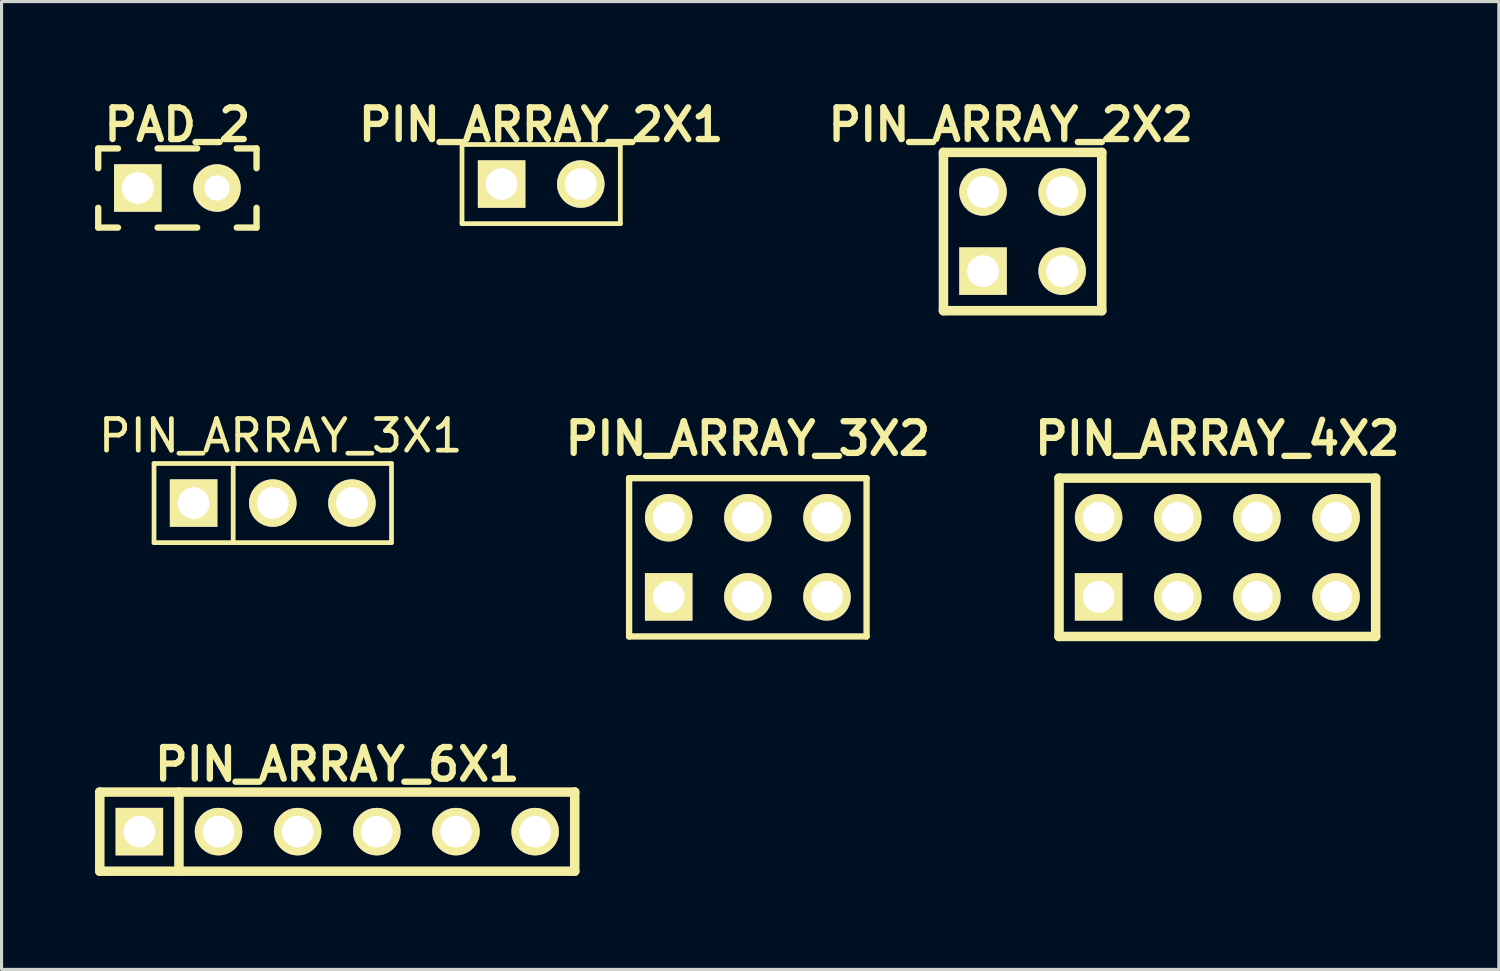
<source format=kicad_pcb>
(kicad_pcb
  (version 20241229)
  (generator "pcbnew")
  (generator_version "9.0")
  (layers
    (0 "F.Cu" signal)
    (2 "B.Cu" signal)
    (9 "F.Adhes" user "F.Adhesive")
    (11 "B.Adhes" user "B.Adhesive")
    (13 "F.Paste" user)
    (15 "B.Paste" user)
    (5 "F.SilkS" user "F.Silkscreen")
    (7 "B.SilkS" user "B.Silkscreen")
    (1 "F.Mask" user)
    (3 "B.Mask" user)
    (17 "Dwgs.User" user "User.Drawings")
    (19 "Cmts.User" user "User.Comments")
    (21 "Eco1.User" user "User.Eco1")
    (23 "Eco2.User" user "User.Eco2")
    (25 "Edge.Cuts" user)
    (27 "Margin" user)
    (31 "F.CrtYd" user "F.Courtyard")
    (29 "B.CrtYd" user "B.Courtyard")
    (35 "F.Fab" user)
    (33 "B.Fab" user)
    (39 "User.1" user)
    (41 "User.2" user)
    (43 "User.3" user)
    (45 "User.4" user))
  (footprint "PIN_ARRAY_3X1"
    (layer "F.Cu")
    (at 5.703 13.093)
    (property "Reference" "PIN_ARRAY_3X1" (at 0.254 -2.159 0) (layer "F.SilkS") (effects (font (size 1.016 1.016) (thickness 0.152))))
    (attr through_hole)
    (fp_line (start -3.81 -1.27) (end 3.81 -1.27) (stroke (width 0.152) (type solid)) (layer "F.SilkS"))
    (fp_line (start -3.81 1.27) (end -3.81 -1.27) (stroke (width 0.152) (type solid)) (layer "F.SilkS"))
    (fp_line (start -1.27 -1.27) (end -1.27 1.27) (stroke (width 0.152) (type solid)) (layer "F.SilkS"))
    (fp_line (start 3.81 -1.27) (end 3.81 1.27) (stroke (width 0.152) (type solid)) (layer "F.SilkS"))
    (fp_line (start 3.81 1.27) (end -3.81 1.27) (stroke (width 0.152) (type solid)) (layer "F.SilkS"))
    (pad "1" thru_hole rect (at -2.54 0) (size 1.524 1.524) (drill 1.016) (layers "*.Cu" "*.Mask" "F.SilkS"))
    (pad "2" thru_hole circle (at 0 0) (size 1.524 1.524) (drill 1.016) (layers "*.Cu" "*.Mask" "F.SilkS"))
    (pad "3" thru_hole circle (at 2.54 0) (size 1.524 1.524) (drill 1.016) (layers "*.Cu" "*.Mask" "F.SilkS")))
  (footprint "PIN_ARRAY_4X2"
    (layer "F.Cu")
    (at 36.013 14.833)
    (property "Reference" "PIN_ARRAY_4X2" (at 0 -3.81 0) (layer "F.SilkS") (effects (font (size 1.016 1.016) (thickness 0.203))))
    (attr through_hole)
    (fp_line (start -5.08 -2.54) (end 5.08 -2.54) (stroke (width 0.305) (type solid)) (layer "F.SilkS"))
    (fp_line (start -5.08 2.54) (end -5.08 -2.54) (stroke (width 0.305) (type solid)) (layer "F.SilkS"))
    (fp_line (start 5.08 -2.54) (end 5.08 2.54) (stroke (width 0.305) (type solid)) (layer "F.SilkS"))
    (fp_line (start 5.08 2.54) (end -5.08 2.54) (stroke (width 0.305) (type solid)) (layer "F.SilkS"))
    (pad "1" thru_hole rect (at -3.81 1.27) (size 1.524 1.524) (drill 1.016) (layers "*.Cu" "*.Mask" "F.SilkS"))
    (pad "2" thru_hole circle (at -3.81 -1.27) (size 1.524 1.524) (drill 1.016) (layers "*.Cu" "*.Mask" "F.SilkS"))
    (pad "3" thru_hole circle (at -1.27 1.27) (size 1.524 1.524) (drill 1.016) (layers "*.Cu" "*.Mask" "F.SilkS"))
    (pad "4" thru_hole circle (at -1.27 -1.27) (size 1.524 1.524) (drill 1.016) (layers "*.Cu" "*.Mask" "F.SilkS"))
    (pad "5" thru_hole circle (at 1.27 1.27) (size 1.524 1.524) (drill 1.016) (layers "*.Cu" "*.Mask" "F.SilkS"))
    (pad "6" thru_hole circle (at 1.27 -1.27) (size 1.524 1.524) (drill 1.016) (layers "*.Cu" "*.Mask" "F.SilkS"))
    (pad "7" thru_hole circle (at 3.81 1.27) (size 1.524 1.524) (drill 1.016) (layers "*.Cu" "*.Mask" "F.SilkS"))
    (pad "8" thru_hole circle (at 3.81 -1.27) (size 1.524 1.524) (drill 1.016) (layers "*.Cu" "*.Mask" "F.SilkS")))
  (footprint "PIN_ARRAY_3X2"
    (layer "F.Cu")
    (at 20.947 14.833)
    (property "Reference" "PIN_ARRAY_3X2" (at 0 -3.81 0) (layer "F.SilkS") (effects (font (size 1.016 1.016) (thickness 0.203))))
    (attr through_hole)
    (fp_line (start -3.81 -2.54) (end 3.81 -2.54) (stroke (width 0.203) (type solid)) (layer "F.SilkS"))
    (fp_line (start -3.81 2.54) (end -3.81 -2.54) (stroke (width 0.203) (type solid)) (layer "F.SilkS"))
    (fp_line (start 3.81 -2.54) (end 3.81 2.54) (stroke (width 0.203) (type solid)) (layer "F.SilkS"))
    (fp_line (start 3.81 2.54) (end -3.81 2.54) (stroke (width 0.203) (type solid)) (layer "F.SilkS"))
    (pad "1" thru_hole rect (at -2.54 1.27) (size 1.524 1.524) (drill 1.016) (layers "*.Cu" "*.Mask" "F.SilkS"))
    (pad "2" thru_hole circle (at -2.54 -1.27) (size 1.524 1.524) (drill 1.016) (layers "*.Cu" "*.Mask" "F.SilkS"))
    (pad "3" thru_hole circle (at 0 1.27) (size 1.524 1.524) (drill 1.016) (layers "*.Cu" "*.Mask" "F.SilkS"))
    (pad "4" thru_hole circle (at 0 -1.27) (size 1.524 1.524) (drill 1.016) (layers "*.Cu" "*.Mask" "F.SilkS"))
    (pad "5" thru_hole circle (at 2.54 1.27) (size 1.524 1.524) (drill 1.016) (layers "*.Cu" "*.Mask" "F.SilkS"))
    (pad "6" thru_hole circle (at 2.54 -1.27) (size 1.524 1.524) (drill 1.016) (layers "*.Cu" "*.Mask" "F.SilkS")))
  (footprint "PIN_ARRAY_2X2"
    (layer "F.Cu")
    (at 29.764 4.38)
    (property "Reference" "PIN_ARRAY_2X2" (at -0.381 -3.429 0) (layer "F.SilkS") (effects (font (size 1.016 1.016) (thickness 0.203))))
    (attr through_hole)
    (fp_line (start -2.54 -2.54) (end 2.54 -2.54) (stroke (width 0.305) (type solid)) (layer "F.SilkS"))
    (fp_line (start -2.54 2.54) (end -2.54 -2.54) (stroke (width 0.305) (type solid)) (layer "F.SilkS"))
    (fp_line (start 2.54 -2.54) (end 2.54 2.54) (stroke (width 0.305) (type solid)) (layer "F.SilkS"))
    (fp_line (start 2.54 2.54) (end -2.54 2.54) (stroke (width 0.305) (type solid)) (layer "F.SilkS"))
    (pad "1" thru_hole rect (at -1.27 1.27) (size 1.524 1.524) (drill 1.016) (layers "*.Cu" "*.Mask" "F.SilkS"))
    (pad "2" thru_hole circle (at -1.27 -1.27) (size 1.524 1.524) (drill 1.016) (layers "*.Cu" "*.Mask" "F.SilkS"))
    (pad "3" thru_hole circle (at 1.27 1.27) (size 1.524 1.524) (drill 1.016) (layers "*.Cu" "*.Mask" "F.SilkS"))
    (pad "4" thru_hole circle (at 1.27 -1.27) (size 1.524 1.524) (drill 1.016) (layers "*.Cu" "*.Mask" "F.SilkS")))
  (footprint "PAD_2"
    (layer "F.Cu")
    (at 2.642 2.983)
    (property "Reference" "PAD_2" (at 0 -2.032 0) (layer "F.SilkS") (effects (font (size 1.016 1.016) (thickness 0.203))))
    (attr through_hole)
    (fp_line (start -2.54 -1.27) (end -1.905 -1.27) (stroke (width 0.203) (type solid)) (layer "F.SilkS"))
    (fp_line (start -2.54 -0.635) (end -2.54 -1.27) (stroke (width 0.203) (type solid)) (layer "F.SilkS"))
    (fp_line (start -2.54 1.27) (end -2.54 0.635) (stroke (width 0.203) (type solid)) (layer "F.SilkS"))
    (fp_line (start -1.905 1.27) (end -2.54 1.27) (stroke (width 0.203) (type solid)) (layer "F.SilkS"))
    (fp_line (start -0.635 -1.27) (end 0.635 -1.27) (stroke (width 0.203) (type solid)) (layer "F.SilkS"))
    (fp_line (start -0.635 1.27) (end 0.635 1.27) (stroke (width 0.203) (type solid)) (layer "F.SilkS"))
    (fp_line (start 1.905 -1.27) (end 2.54 -1.27) (stroke (width 0.203) (type solid)) (layer "F.SilkS"))
    (fp_line (start 2.54 -1.27) (end 2.54 -0.635) (stroke (width 0.203) (type solid)) (layer "F.SilkS"))
    (fp_line (start 2.54 0.635) (end 2.54 1.27) (stroke (width 0.203) (type solid)) (layer "F.SilkS"))
    (fp_line (start 2.54 1.27) (end 1.905 1.27) (stroke (width 0.203) (type solid)) (layer "F.SilkS"))
    (pad "1" thru_hole rect (at -1.27 0) (size 1.524 1.524) (drill 1.016) (layers "*.Cu" "*.Mask" "F.SilkS"))
    (pad "2" thru_hole circle (at 1.27 0) (size 1.524 1.524) (drill 0.813) (layers "*.Cu" "*.Mask" "F.SilkS")))
  (footprint "PIN_ARRAY_6X1"
    (layer "F.Cu")
    (at 7.772 23.636)
    (property "Reference" "PIN_ARRAY_6X1" (at 0 -2.159 0) (layer "F.SilkS") (effects (font (size 1.016 1.016) (thickness 0.203))))
    (attr through_hole)
    (fp_line (start -7.62 -1.27) (end 7.62 -1.27) (stroke (width 0.305) (type solid)) (layer "F.SilkS"))
    (fp_line (start -7.62 1.27) (end -7.62 -1.27) (stroke (width 0.305) (type solid)) (layer "F.SilkS"))
    (fp_line (start -5.08 1.27) (end -5.08 -1.27) (stroke (width 0.305) (type solid)) (layer "F.SilkS"))
    (fp_line (start 7.62 -1.27) (end 7.62 1.27) (stroke (width 0.305) (type solid)) (layer "F.SilkS"))
    (fp_line (start 7.62 1.27) (end -7.62 1.27) (stroke (width 0.305) (type solid)) (layer "F.SilkS"))
    (pad "1" thru_hole rect (at -6.35 0) (size 1.524 1.524) (drill 1.016) (layers "*.Cu" "*.Mask" "F.SilkS"))
    (pad "2" thru_hole circle (at -3.81 0) (size 1.524 1.524) (drill 1.016) (layers "*.Cu" "*.Mask" "F.SilkS"))
    (pad "3" thru_hole circle (at -1.27 0) (size 1.524 1.524) (drill 1.016) (layers "*.Cu" "*.Mask" "F.SilkS"))
    (pad "4" thru_hole circle (at 1.27 0) (size 1.524 1.524) (drill 1.016) (layers "*.Cu" "*.Mask" "F.SilkS"))
    (pad "5" thru_hole circle (at 3.81 0) (size 1.524 1.524) (drill 1.016) (layers "*.Cu" "*.Mask" "F.SilkS"))
    (pad "6" thru_hole circle (at 6.35 0) (size 1.524 1.524) (drill 1.016) (layers "*.Cu" "*.Mask" "F.SilkS")))
  (footprint "PIN_ARRAY_2X1"
    (layer "F.Cu")
    (at 14.316 2.856)
    (property "Reference" "PIN_ARRAY_2X1" (at 0 -1.905 0) (layer "F.SilkS") (effects (font (size 1.016 1.016) (thickness 0.203))))
    (attr through_hole)
    (fp_line (start -2.54 -1.27) (end 2.54 -1.27) (stroke (width 0.152) (type solid)) (layer "F.SilkS"))
    (fp_line (start -2.54 1.27) (end -2.54 -1.27) (stroke (width 0.152) (type solid)) (layer "F.SilkS"))
    (fp_line (start 2.54 -1.27) (end 2.54 1.27) (stroke (width 0.152) (type solid)) (layer "F.SilkS"))
    (fp_line (start 2.54 1.27) (end -2.54 1.27) (stroke (width 0.152) (type solid)) (layer "F.SilkS"))
    (pad "1" thru_hole rect (at -1.27 0) (size 1.524 1.524) (drill 1.016) (layers "*.Cu" "*.Mask" "F.SilkS"))
    (pad "2" thru_hole circle (at 1.27 0) (size 1.524 1.524) (drill 1.016) (layers "*.Cu" "*.Mask" "F.SilkS")))
  (gr_rect
    (start -3 -3)
    (end 45.046 28.058)
    (stroke (width 0.1) (type default))
    (fill no)
    (layer "Edge.Cuts")))
</source>
